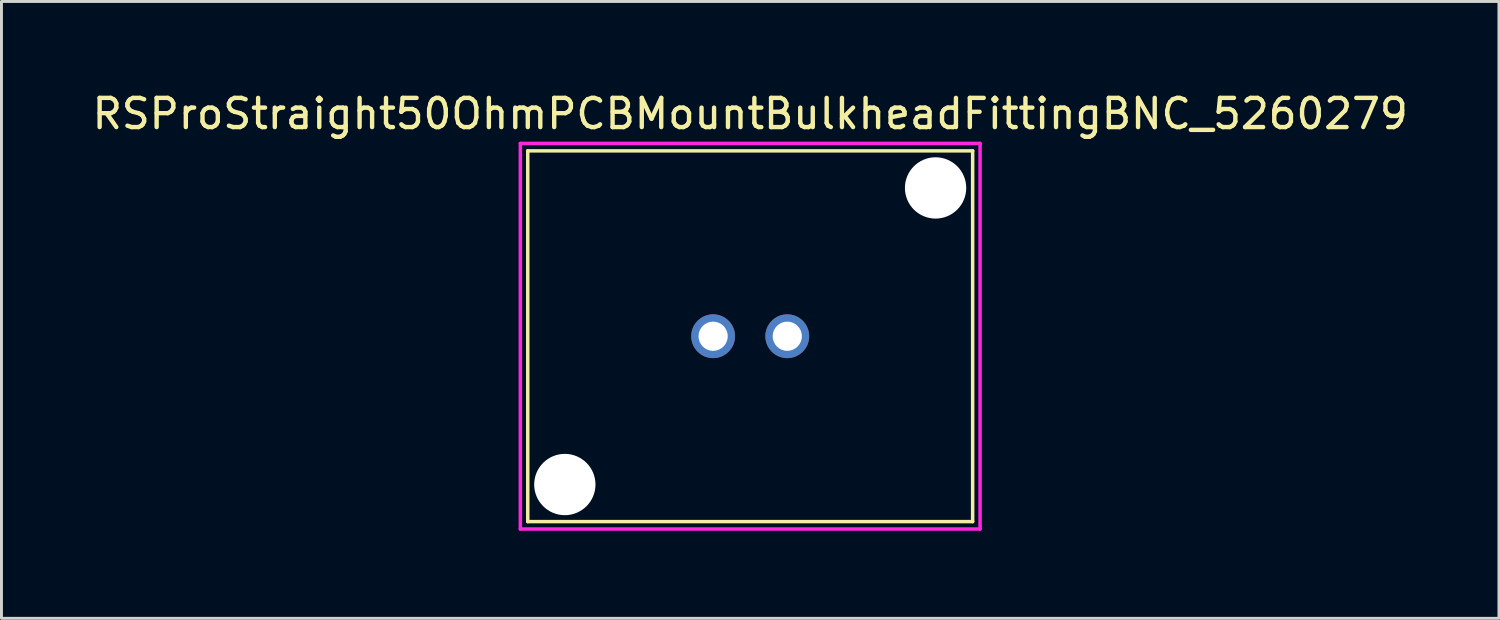
<source format=kicad_pcb>
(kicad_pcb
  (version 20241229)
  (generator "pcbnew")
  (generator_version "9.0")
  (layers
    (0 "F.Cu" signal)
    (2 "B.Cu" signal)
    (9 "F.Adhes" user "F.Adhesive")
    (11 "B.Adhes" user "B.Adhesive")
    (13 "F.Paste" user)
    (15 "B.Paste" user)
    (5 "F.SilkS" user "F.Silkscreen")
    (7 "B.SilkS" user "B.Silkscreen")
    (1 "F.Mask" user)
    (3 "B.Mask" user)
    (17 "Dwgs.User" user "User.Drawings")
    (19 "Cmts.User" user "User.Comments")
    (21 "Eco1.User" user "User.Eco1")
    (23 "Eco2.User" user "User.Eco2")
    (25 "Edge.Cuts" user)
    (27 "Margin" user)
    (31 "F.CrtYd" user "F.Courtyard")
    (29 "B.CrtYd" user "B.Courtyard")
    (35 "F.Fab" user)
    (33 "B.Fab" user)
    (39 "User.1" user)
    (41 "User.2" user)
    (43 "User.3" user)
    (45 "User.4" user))
  (footprint "RSProStraight50OhmPCBMountBulkheadFittingBNC_5260279"
    (layer "F.Cu")
    (at 22.649 8.468)
    (property "Reference" "RSProStraight50OhmPCBMountBulkheadFittingBNC_5260279" (at 0 -7.62 0) (layer "F.SilkS") (effects (font (size 1 1) (thickness 0.15))))
    (attr through_hole)
    (fp_line (start -7.62 -6.35) (end -7.62 6.35) (stroke (width 0.12) (type solid)) (layer "F.SilkS"))
    (fp_line (start -7.62 6.35) (end 7.62 6.35) (stroke (width 0.12) (type solid)) (layer "F.SilkS"))
    (fp_line (start 7.62 -6.35) (end -7.62 -6.35) (stroke (width 0.12) (type solid)) (layer "F.SilkS"))
    (fp_line (start 7.62 6.35) (end 7.62 -6.35) (stroke (width 0.12) (type solid)) (layer "F.SilkS"))
    (fp_line (start -7.874 -6.604) (end 7.874 -6.604) (stroke (width 0.12) (type solid)) (layer "F.CrtYd"))
    (fp_line (start -7.874 6.604) (end -7.874 -6.604) (stroke (width 0.12) (type solid)) (layer "F.CrtYd"))
    (fp_line (start 7.874 -6.604) (end 7.874 6.604) (stroke (width 0.12) (type solid)) (layer "F.CrtYd"))
    (fp_line (start 7.874 6.604) (end -7.874 6.604) (stroke (width 0.12) (type solid)) (layer "F.CrtYd"))
    (pad "" np_thru_hole circle (at -6.35 5.08) (size 2.1 2.1) (drill 2.1) (layers "*.Cu" "*.Mask"))
    (pad "" np_thru_hole circle (at 6.35 -5.08) (size 2.1 2.1) (drill 2.1) (layers "*.Cu" "*.Mask"))
    (pad "1" thru_hole circle (at -1.27 0) (size 1.5 1.5) (drill 1) (layers "*.Cu" "*.Mask"))
    (pad "2" thru_hole circle (at 1.27 0) (size 1.5 1.5) (drill 1) (layers "*.Cu" "*.Mask")))
  (gr_rect
    (start -3 -3)
    (end 48.298 18.132)
    (stroke (width 0.1) (type default))
    (fill no)
    (layer "Edge.Cuts")))
</source>
